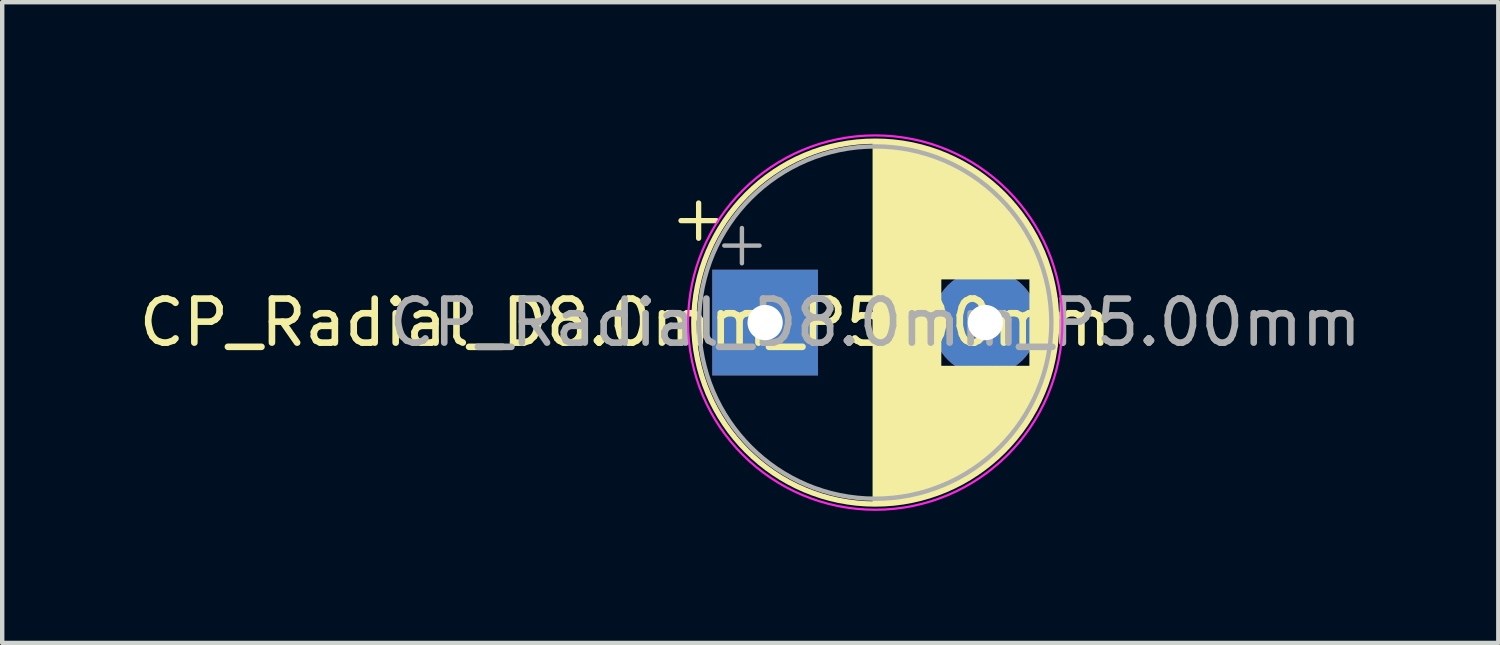
<source format=kicad_pcb>
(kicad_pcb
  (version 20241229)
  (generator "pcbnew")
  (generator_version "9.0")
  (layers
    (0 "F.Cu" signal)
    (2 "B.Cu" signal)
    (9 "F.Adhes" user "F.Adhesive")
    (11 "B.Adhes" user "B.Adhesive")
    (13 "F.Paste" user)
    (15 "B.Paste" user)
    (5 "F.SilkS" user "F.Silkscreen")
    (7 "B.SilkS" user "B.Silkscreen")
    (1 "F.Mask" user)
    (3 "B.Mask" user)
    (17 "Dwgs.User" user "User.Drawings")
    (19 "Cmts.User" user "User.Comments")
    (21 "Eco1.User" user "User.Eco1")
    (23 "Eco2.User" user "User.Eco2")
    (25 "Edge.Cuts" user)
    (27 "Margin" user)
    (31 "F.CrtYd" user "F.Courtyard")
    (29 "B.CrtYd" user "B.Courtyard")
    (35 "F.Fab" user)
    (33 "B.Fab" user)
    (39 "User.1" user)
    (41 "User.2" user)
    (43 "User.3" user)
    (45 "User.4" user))
  (footprint "CP_Radial_D8.0mm_P5.00mm"
    (layer "F.Cu")
    (at 14.324 4.275)
    (property "Reference" "CP_Radial_D8.0mm_P5.00mm" (at -3.175 0 180) (layer "F.SilkS") (effects (font (size 1 1) (thickness 0.15))))
    (attr through_hole)
    (fp_line (start -1.91 -2.315) (end -1.11 -2.315) (stroke (width 0.12) (type solid)) (layer "F.SilkS"))
    (fp_line (start -1.51 -2.715) (end -1.51 -1.915) (stroke (width 0.12) (type solid)) (layer "F.SilkS"))
    (fp_line (start 2.5 -4.08) (end 2.5 4.08) (stroke (width 0.12) (type solid)) (layer "F.SilkS"))
    (fp_line (start 2.54 -4.08) (end 2.54 4.08) (stroke (width 0.12) (type solid)) (layer "F.SilkS"))
    (fp_line (start 2.58 -4.08) (end 2.58 4.08) (stroke (width 0.12) (type solid)) (layer "F.SilkS"))
    (fp_line (start 2.62 -4.079) (end 2.62 4.079) (stroke (width 0.12) (type solid)) (layer "F.SilkS"))
    (fp_line (start 2.66 -4.077) (end 2.66 4.077) (stroke (width 0.12) (type solid)) (layer "F.SilkS"))
    (fp_line (start 2.7 -4.076) (end 2.7 4.076) (stroke (width 0.12) (type solid)) (layer "F.SilkS"))
    (fp_line (start 2.74 -4.074) (end 2.74 4.074) (stroke (width 0.12) (type solid)) (layer "F.SilkS"))
    (fp_line (start 2.78 -4.071) (end 2.78 4.071) (stroke (width 0.12) (type solid)) (layer "F.SilkS"))
    (fp_line (start 2.82 -4.068) (end 2.82 4.068) (stroke (width 0.12) (type solid)) (layer "F.SilkS"))
    (fp_line (start 2.86 -4.065) (end 2.86 4.065) (stroke (width 0.12) (type solid)) (layer "F.SilkS"))
    (fp_line (start 2.9 -4.061) (end 2.9 4.061) (stroke (width 0.12) (type solid)) (layer "F.SilkS"))
    (fp_line (start 2.94 -4.057) (end 2.94 4.057) (stroke (width 0.12) (type solid)) (layer "F.SilkS"))
    (fp_line (start 2.98 -4.052) (end 2.98 4.052) (stroke (width 0.12) (type solid)) (layer "F.SilkS"))
    (fp_line (start 3.02 -4.048) (end 3.02 4.048) (stroke (width 0.12) (type solid)) (layer "F.SilkS"))
    (fp_line (start 3.06 -4.042) (end 3.06 4.042) (stroke (width 0.12) (type solid)) (layer "F.SilkS"))
    (fp_line (start 3.1 -4.037) (end 3.1 4.037) (stroke (width 0.12) (type solid)) (layer "F.SilkS"))
    (fp_line (start 3.14 -4.03) (end 3.14 4.03) (stroke (width 0.12) (type solid)) (layer "F.SilkS"))
    (fp_line (start 3.18 -4.024) (end 3.18 4.024) (stroke (width 0.12) (type solid)) (layer "F.SilkS"))
    (fp_line (start 3.221 -4.017) (end 3.221 4.017) (stroke (width 0.12) (type solid)) (layer "F.SilkS"))
    (fp_line (start 3.261 -4.01) (end 3.261 4.01) (stroke (width 0.12) (type solid)) (layer "F.SilkS"))
    (fp_line (start 3.301 -4.002) (end 3.301 4.002) (stroke (width 0.12) (type solid)) (layer "F.SilkS"))
    (fp_line (start 3.341 -3.994) (end 3.341 3.994) (stroke (width 0.12) (type solid)) (layer "F.SilkS"))
    (fp_line (start 3.381 -3.985) (end 3.381 3.985) (stroke (width 0.12) (type solid)) (layer "F.SilkS"))
    (fp_line (start 3.421 -3.976) (end 3.421 3.976) (stroke (width 0.12) (type solid)) (layer "F.SilkS"))
    (fp_line (start 3.461 -3.967) (end 3.461 3.967) (stroke (width 0.12) (type solid)) (layer "F.SilkS"))
    (fp_line (start 3.501 -3.957) (end 3.501 3.957) (stroke (width 0.12) (type solid)) (layer "F.SilkS"))
    (fp_line (start 3.541 -3.947) (end 3.541 3.947) (stroke (width 0.12) (type solid)) (layer "F.SilkS"))
    (fp_line (start 3.581 -3.936) (end 3.581 3.936) (stroke (width 0.12) (type solid)) (layer "F.SilkS"))
    (fp_line (start 3.621 -3.925) (end 3.621 3.925) (stroke (width 0.12) (type solid)) (layer "F.SilkS"))
    (fp_line (start 3.661 -3.914) (end 3.661 3.914) (stroke (width 0.12) (type solid)) (layer "F.SilkS"))
    (fp_line (start 3.701 -3.902) (end 3.701 3.902) (stroke (width 0.12) (type solid)) (layer "F.SilkS"))
    (fp_line (start 3.741 -3.889) (end 3.741 3.889) (stroke (width 0.12) (type solid)) (layer "F.SilkS"))
    (fp_line (start 3.781 -3.877) (end 3.781 3.877) (stroke (width 0.12) (type solid)) (layer "F.SilkS"))
    (fp_line (start 3.821 -3.863) (end 3.821 3.863) (stroke (width 0.12) (type solid)) (layer "F.SilkS"))
    (fp_line (start 3.861 -3.85) (end 3.861 3.85) (stroke (width 0.12) (type solid)) (layer "F.SilkS"))
    (fp_line (start 3.901 -3.835) (end 3.901 3.835) (stroke (width 0.12) (type solid)) (layer "F.SilkS"))
    (fp_line (start 3.941 -3.821) (end 3.941 3.821) (stroke (width 0.12) (type solid)) (layer "F.SilkS"))
    (fp_line (start 3.981 -3.805) (end 3.981 -1.04) (stroke (width 0.12) (type solid)) (layer "F.SilkS"))
    (fp_line (start 3.981 1.04) (end 3.981 3.805) (stroke (width 0.12) (type solid)) (layer "F.SilkS"))
    (fp_line (start 4.021 -3.79) (end 4.021 -1.04) (stroke (width 0.12) (type solid)) (layer "F.SilkS"))
    (fp_line (start 4.021 1.04) (end 4.021 3.79) (stroke (width 0.12) (type solid)) (layer "F.SilkS"))
    (fp_line (start 4.061 -3.774) (end 4.061 -1.04) (stroke (width 0.12) (type solid)) (layer "F.SilkS"))
    (fp_line (start 4.061 1.04) (end 4.061 3.774) (stroke (width 0.12) (type solid)) (layer "F.SilkS"))
    (fp_line (start 4.101 -3.757) (end 4.101 -1.04) (stroke (width 0.12) (type solid)) (layer "F.SilkS"))
    (fp_line (start 4.101 1.04) (end 4.101 3.757) (stroke (width 0.12) (type solid)) (layer "F.SilkS"))
    (fp_line (start 4.141 -3.74) (end 4.141 -1.04) (stroke (width 0.12) (type solid)) (layer "F.SilkS"))
    (fp_line (start 4.141 1.04) (end 4.141 3.74) (stroke (width 0.12) (type solid)) (layer "F.SilkS"))
    (fp_line (start 4.181 -3.722) (end 4.181 -1.04) (stroke (width 0.12) (type solid)) (layer "F.SilkS"))
    (fp_line (start 4.181 1.04) (end 4.181 3.722) (stroke (width 0.12) (type solid)) (layer "F.SilkS"))
    (fp_line (start 4.221 -3.704) (end 4.221 -1.04) (stroke (width 0.12) (type solid)) (layer "F.SilkS"))
    (fp_line (start 4.221 1.04) (end 4.221 3.704) (stroke (width 0.12) (type solid)) (layer "F.SilkS"))
    (fp_line (start 4.261 -3.686) (end 4.261 -1.04) (stroke (width 0.12) (type solid)) (layer "F.SilkS"))
    (fp_line (start 4.261 1.04) (end 4.261 3.686) (stroke (width 0.12) (type solid)) (layer "F.SilkS"))
    (fp_line (start 4.301 -3.666) (end 4.301 -1.04) (stroke (width 0.12) (type solid)) (layer "F.SilkS"))
    (fp_line (start 4.301 1.04) (end 4.301 3.666) (stroke (width 0.12) (type solid)) (layer "F.SilkS"))
    (fp_line (start 4.341 -3.647) (end 4.341 -1.04) (stroke (width 0.12) (type solid)) (layer "F.SilkS"))
    (fp_line (start 4.341 1.04) (end 4.341 3.647) (stroke (width 0.12) (type solid)) (layer "F.SilkS"))
    (fp_line (start 4.381 -3.627) (end 4.381 -1.04) (stroke (width 0.12) (type solid)) (layer "F.SilkS"))
    (fp_line (start 4.381 1.04) (end 4.381 3.627) (stroke (width 0.12) (type solid)) (layer "F.SilkS"))
    (fp_line (start 4.421 -3.606) (end 4.421 -1.04) (stroke (width 0.12) (type solid)) (layer "F.SilkS"))
    (fp_line (start 4.421 1.04) (end 4.421 3.606) (stroke (width 0.12) (type solid)) (layer "F.SilkS"))
    (fp_line (start 4.461 -3.584) (end 4.461 -1.04) (stroke (width 0.12) (type solid)) (layer "F.SilkS"))
    (fp_line (start 4.461 1.04) (end 4.461 3.584) (stroke (width 0.12) (type solid)) (layer "F.SilkS"))
    (fp_line (start 4.501 -3.562) (end 4.501 -1.04) (stroke (width 0.12) (type solid)) (layer "F.SilkS"))
    (fp_line (start 4.501 1.04) (end 4.501 3.562) (stroke (width 0.12) (type solid)) (layer "F.SilkS"))
    (fp_line (start 4.541 -3.54) (end 4.541 -1.04) (stroke (width 0.12) (type solid)) (layer "F.SilkS"))
    (fp_line (start 4.541 1.04) (end 4.541 3.54) (stroke (width 0.12) (type solid)) (layer "F.SilkS"))
    (fp_line (start 4.581 -3.517) (end 4.581 -1.04) (stroke (width 0.12) (type solid)) (layer "F.SilkS"))
    (fp_line (start 4.581 1.04) (end 4.581 3.517) (stroke (width 0.12) (type solid)) (layer "F.SilkS"))
    (fp_line (start 4.621 -3.493) (end 4.621 -1.04) (stroke (width 0.12) (type solid)) (layer "F.SilkS"))
    (fp_line (start 4.621 1.04) (end 4.621 3.493) (stroke (width 0.12) (type solid)) (layer "F.SilkS"))
    (fp_line (start 4.661 -3.469) (end 4.661 -1.04) (stroke (width 0.12) (type solid)) (layer "F.SilkS"))
    (fp_line (start 4.661 1.04) (end 4.661 3.469) (stroke (width 0.12) (type solid)) (layer "F.SilkS"))
    (fp_line (start 4.701 -3.444) (end 4.701 -1.04) (stroke (width 0.12) (type solid)) (layer "F.SilkS"))
    (fp_line (start 4.701 1.04) (end 4.701 3.444) (stroke (width 0.12) (type solid)) (layer "F.SilkS"))
    (fp_line (start 4.741 -3.418) (end 4.741 -1.04) (stroke (width 0.12) (type solid)) (layer "F.SilkS"))
    (fp_line (start 4.741 1.04) (end 4.741 3.418) (stroke (width 0.12) (type solid)) (layer "F.SilkS"))
    (fp_line (start 4.781 -3.392) (end 4.781 -1.04) (stroke (width 0.12) (type solid)) (layer "F.SilkS"))
    (fp_line (start 4.781 1.04) (end 4.781 3.392) (stroke (width 0.12) (type solid)) (layer "F.SilkS"))
    (fp_line (start 4.821 -3.365) (end 4.821 -1.04) (stroke (width 0.12) (type solid)) (layer "F.SilkS"))
    (fp_line (start 4.821 1.04) (end 4.821 3.365) (stroke (width 0.12) (type solid)) (layer "F.SilkS"))
    (fp_line (start 4.861 -3.338) (end 4.861 -1.04) (stroke (width 0.12) (type solid)) (layer "F.SilkS"))
    (fp_line (start 4.861 1.04) (end 4.861 3.338) (stroke (width 0.12) (type solid)) (layer "F.SilkS"))
    (fp_line (start 4.901 -3.309) (end 4.901 -1.04) (stroke (width 0.12) (type solid)) (layer "F.SilkS"))
    (fp_line (start 4.901 1.04) (end 4.901 3.309) (stroke (width 0.12) (type solid)) (layer "F.SilkS"))
    (fp_line (start 4.941 -3.28) (end 4.941 -1.04) (stroke (width 0.12) (type solid)) (layer "F.SilkS"))
    (fp_line (start 4.941 1.04) (end 4.941 3.28) (stroke (width 0.12) (type solid)) (layer "F.SilkS"))
    (fp_line (start 4.981 -3.25) (end 4.981 -1.04) (stroke (width 0.12) (type solid)) (layer "F.SilkS"))
    (fp_line (start 4.981 1.04) (end 4.981 3.25) (stroke (width 0.12) (type solid)) (layer "F.SilkS"))
    (fp_line (start 5.021 -3.22) (end 5.021 -1.04) (stroke (width 0.12) (type solid)) (layer "F.SilkS"))
    (fp_line (start 5.021 1.04) (end 5.021 3.22) (stroke (width 0.12) (type solid)) (layer "F.SilkS"))
    (fp_line (start 5.061 -3.189) (end 5.061 -1.04) (stroke (width 0.12) (type solid)) (layer "F.SilkS"))
    (fp_line (start 5.061 1.04) (end 5.061 3.189) (stroke (width 0.12) (type solid)) (layer "F.SilkS"))
    (fp_line (start 5.101 -3.156) (end 5.101 -1.04) (stroke (width 0.12) (type solid)) (layer "F.SilkS"))
    (fp_line (start 5.101 1.04) (end 5.101 3.156) (stroke (width 0.12) (type solid)) (layer "F.SilkS"))
    (fp_line (start 5.141 -3.124) (end 5.141 -1.04) (stroke (width 0.12) (type solid)) (layer "F.SilkS"))
    (fp_line (start 5.141 1.04) (end 5.141 3.124) (stroke (width 0.12) (type solid)) (layer "F.SilkS"))
    (fp_line (start 5.181 -3.09) (end 5.181 -1.04) (stroke (width 0.12) (type solid)) (layer "F.SilkS"))
    (fp_line (start 5.181 1.04) (end 5.181 3.09) (stroke (width 0.12) (type solid)) (layer "F.SilkS"))
    (fp_line (start 5.221 -3.055) (end 5.221 -1.04) (stroke (width 0.12) (type solid)) (layer "F.SilkS"))
    (fp_line (start 5.221 1.04) (end 5.221 3.055) (stroke (width 0.12) (type solid)) (layer "F.SilkS"))
    (fp_line (start 5.261 -3.019) (end 5.261 -1.04) (stroke (width 0.12) (type solid)) (layer "F.SilkS"))
    (fp_line (start 5.261 1.04) (end 5.261 3.019) (stroke (width 0.12) (type solid)) (layer "F.SilkS"))
    (fp_line (start 5.301 -2.983) (end 5.301 -1.04) (stroke (width 0.12) (type solid)) (layer "F.SilkS"))
    (fp_line (start 5.301 1.04) (end 5.301 2.983) (stroke (width 0.12) (type solid)) (layer "F.SilkS"))
    (fp_line (start 5.341 -2.945) (end 5.341 -1.04) (stroke (width 0.12) (type solid)) (layer "F.SilkS"))
    (fp_line (start 5.341 1.04) (end 5.341 2.945) (stroke (width 0.12) (type solid)) (layer "F.SilkS"))
    (fp_line (start 5.381 -2.907) (end 5.381 -1.04) (stroke (width 0.12) (type solid)) (layer "F.SilkS"))
    (fp_line (start 5.381 1.04) (end 5.381 2.907) (stroke (width 0.12) (type solid)) (layer "F.SilkS"))
    (fp_line (start 5.421 -2.867) (end 5.421 -1.04) (stroke (width 0.12) (type solid)) (layer "F.SilkS"))
    (fp_line (start 5.421 1.04) (end 5.421 2.867) (stroke (width 0.12) (type solid)) (layer "F.SilkS"))
    (fp_line (start 5.461 -2.826) (end 5.461 -1.04) (stroke (width 0.12) (type solid)) (layer "F.SilkS"))
    (fp_line (start 5.461 1.04) (end 5.461 2.826) (stroke (width 0.12) (type solid)) (layer "F.SilkS"))
    (fp_line (start 5.501 -2.784) (end 5.501 -1.04) (stroke (width 0.12) (type solid)) (layer "F.SilkS"))
    (fp_line (start 5.501 1.04) (end 5.501 2.784) (stroke (width 0.12) (type solid)) (layer "F.SilkS"))
    (fp_line (start 5.541 -2.741) (end 5.541 -1.04) (stroke (width 0.12) (type solid)) (layer "F.SilkS"))
    (fp_line (start 5.541 1.04) (end 5.541 2.741) (stroke (width 0.12) (type solid)) (layer "F.SilkS"))
    (fp_line (start 5.581 -2.697) (end 5.581 -1.04) (stroke (width 0.12) (type solid)) (layer "F.SilkS"))
    (fp_line (start 5.581 1.04) (end 5.581 2.697) (stroke (width 0.12) (type solid)) (layer "F.SilkS"))
    (fp_line (start 5.621 -2.651) (end 5.621 -1.04) (stroke (width 0.12) (type solid)) (layer "F.SilkS"))
    (fp_line (start 5.621 1.04) (end 5.621 2.651) (stroke (width 0.12) (type solid)) (layer "F.SilkS"))
    (fp_line (start 5.661 -2.604) (end 5.661 -1.04) (stroke (width 0.12) (type solid)) (layer "F.SilkS"))
    (fp_line (start 5.661 1.04) (end 5.661 2.604) (stroke (width 0.12) (type solid)) (layer "F.SilkS"))
    (fp_line (start 5.701 -2.556) (end 5.701 -1.04) (stroke (width 0.12) (type solid)) (layer "F.SilkS"))
    (fp_line (start 5.701 1.04) (end 5.701 2.556) (stroke (width 0.12) (type solid)) (layer "F.SilkS"))
    (fp_line (start 5.741 -2.505) (end 5.741 -1.04) (stroke (width 0.12) (type solid)) (layer "F.SilkS"))
    (fp_line (start 5.741 1.04) (end 5.741 2.505) (stroke (width 0.12) (type solid)) (layer "F.SilkS"))
    (fp_line (start 5.781 -2.454) (end 5.781 -1.04) (stroke (width 0.12) (type solid)) (layer "F.SilkS"))
    (fp_line (start 5.781 1.04) (end 5.781 2.454) (stroke (width 0.12) (type solid)) (layer "F.SilkS"))
    (fp_line (start 5.821 -2.4) (end 5.821 -1.04) (stroke (width 0.12) (type solid)) (layer "F.SilkS"))
    (fp_line (start 5.821 1.04) (end 5.821 2.4) (stroke (width 0.12) (type solid)) (layer "F.SilkS"))
    (fp_line (start 5.861 -2.345) (end 5.861 -1.04) (stroke (width 0.12) (type solid)) (layer "F.SilkS"))
    (fp_line (start 5.861 1.04) (end 5.861 2.345) (stroke (width 0.12) (type solid)) (layer "F.SilkS"))
    (fp_line (start 5.901 -2.287) (end 5.901 -1.04) (stroke (width 0.12) (type solid)) (layer "F.SilkS"))
    (fp_line (start 5.901 1.04) (end 5.901 2.287) (stroke (width 0.12) (type solid)) (layer "F.SilkS"))
    (fp_line (start 5.941 -2.228) (end 5.941 -1.04) (stroke (width 0.12) (type solid)) (layer "F.SilkS"))
    (fp_line (start 5.941 1.04) (end 5.941 2.228) (stroke (width 0.12) (type solid)) (layer "F.SilkS"))
    (fp_line (start 5.981 -2.166) (end 5.981 -1.04) (stroke (width 0.12) (type solid)) (layer "F.SilkS"))
    (fp_line (start 5.981 1.04) (end 5.981 2.166) (stroke (width 0.12) (type solid)) (layer "F.SilkS"))
    (fp_line (start 6.021 -2.102) (end 6.021 -1.04) (stroke (width 0.12) (type solid)) (layer "F.SilkS"))
    (fp_line (start 6.021 1.04) (end 6.021 2.102) (stroke (width 0.12) (type solid)) (layer "F.SilkS"))
    (fp_line (start 6.061 -2.034) (end 6.061 2.034) (stroke (width 0.12) (type solid)) (layer "F.SilkS"))
    (fp_line (start 6.101 -1.964) (end 6.101 1.964) (stroke (width 0.12) (type solid)) (layer "F.SilkS"))
    (fp_line (start 6.141 -1.89) (end 6.141 1.89) (stroke (width 0.12) (type solid)) (layer "F.SilkS"))
    (fp_line (start 6.181 -1.813) (end 6.181 1.813) (stroke (width 0.12) (type solid)) (layer "F.SilkS"))
    (fp_line (start 6.221 -1.731) (end 6.221 1.731) (stroke (width 0.12) (type solid)) (layer "F.SilkS"))
    (fp_line (start 6.261 -1.645) (end 6.261 1.645) (stroke (width 0.12) (type solid)) (layer "F.SilkS"))
    (fp_line (start 6.301 -1.552) (end 6.301 1.552) (stroke (width 0.12) (type solid)) (layer "F.SilkS"))
    (fp_line (start 6.341 -1.453) (end 6.341 1.453) (stroke (width 0.12) (type solid)) (layer "F.SilkS"))
    (fp_line (start 6.381 -1.346) (end 6.381 1.346) (stroke (width 0.12) (type solid)) (layer "F.SilkS"))
    (fp_line (start 6.421 -1.229) (end 6.421 1.229) (stroke (width 0.12) (type solid)) (layer "F.SilkS"))
    (fp_line (start 6.461 -1.098) (end 6.461 1.098) (stroke (width 0.12) (type solid)) (layer "F.SilkS"))
    (fp_line (start 6.501 -0.948) (end 6.501 0.948) (stroke (width 0.12) (type solid)) (layer "F.SilkS"))
    (fp_line (start 6.541 -0.768) (end 6.541 0.768) (stroke (width 0.12) (type solid)) (layer "F.SilkS"))
    (fp_line (start 6.581 -0.533) (end 6.581 0.533) (stroke (width 0.12) (type solid)) (layer "F.SilkS"))
    (fp_circle (center 2.5 0) (end 6.62 0) (stroke (width 0.12) (type solid)) (fill no) (layer "F.SilkS"))
    (fp_circle (center 2.5 0) (end 6.75 0) (stroke (width 0.05) (type solid)) (fill no) (layer "F.CrtYd"))
    (fp_line (start -0.927 -1.748) (end -0.127 -1.748) (stroke (width 0.1) (type solid)) (layer "F.Fab"))
    (fp_line (start -0.527 -2.147) (end -0.527 -1.347) (stroke (width 0.1) (type solid)) (layer "F.Fab"))
    (fp_circle (center 2.5 0) (end 6.5 0) (stroke (width 0.1) (type solid)) (fill no) (layer "F.Fab"))
    (fp_text user "${REFERENCE}" (at 2.5 0 0) (layer "F.Fab") (effects (font (size 1 1) (thickness 0.15))))
    (pad "1" thru_hole rect (at 0 0) (size 2.4 2.4) (drill 0.8) (layers "*.Cu" "*.Mask"))
    (pad "2" thru_hole circle (at 5 0) (size 2.4 2.4) (drill 0.8) (layers "*.Cu" "*.Mask")))
  (gr_rect
    (start -3 -3)
    (end 30.973 11.55)
    (stroke (width 0.1) (type default))
    (fill no)
    (layer "Edge.Cuts")))
</source>
